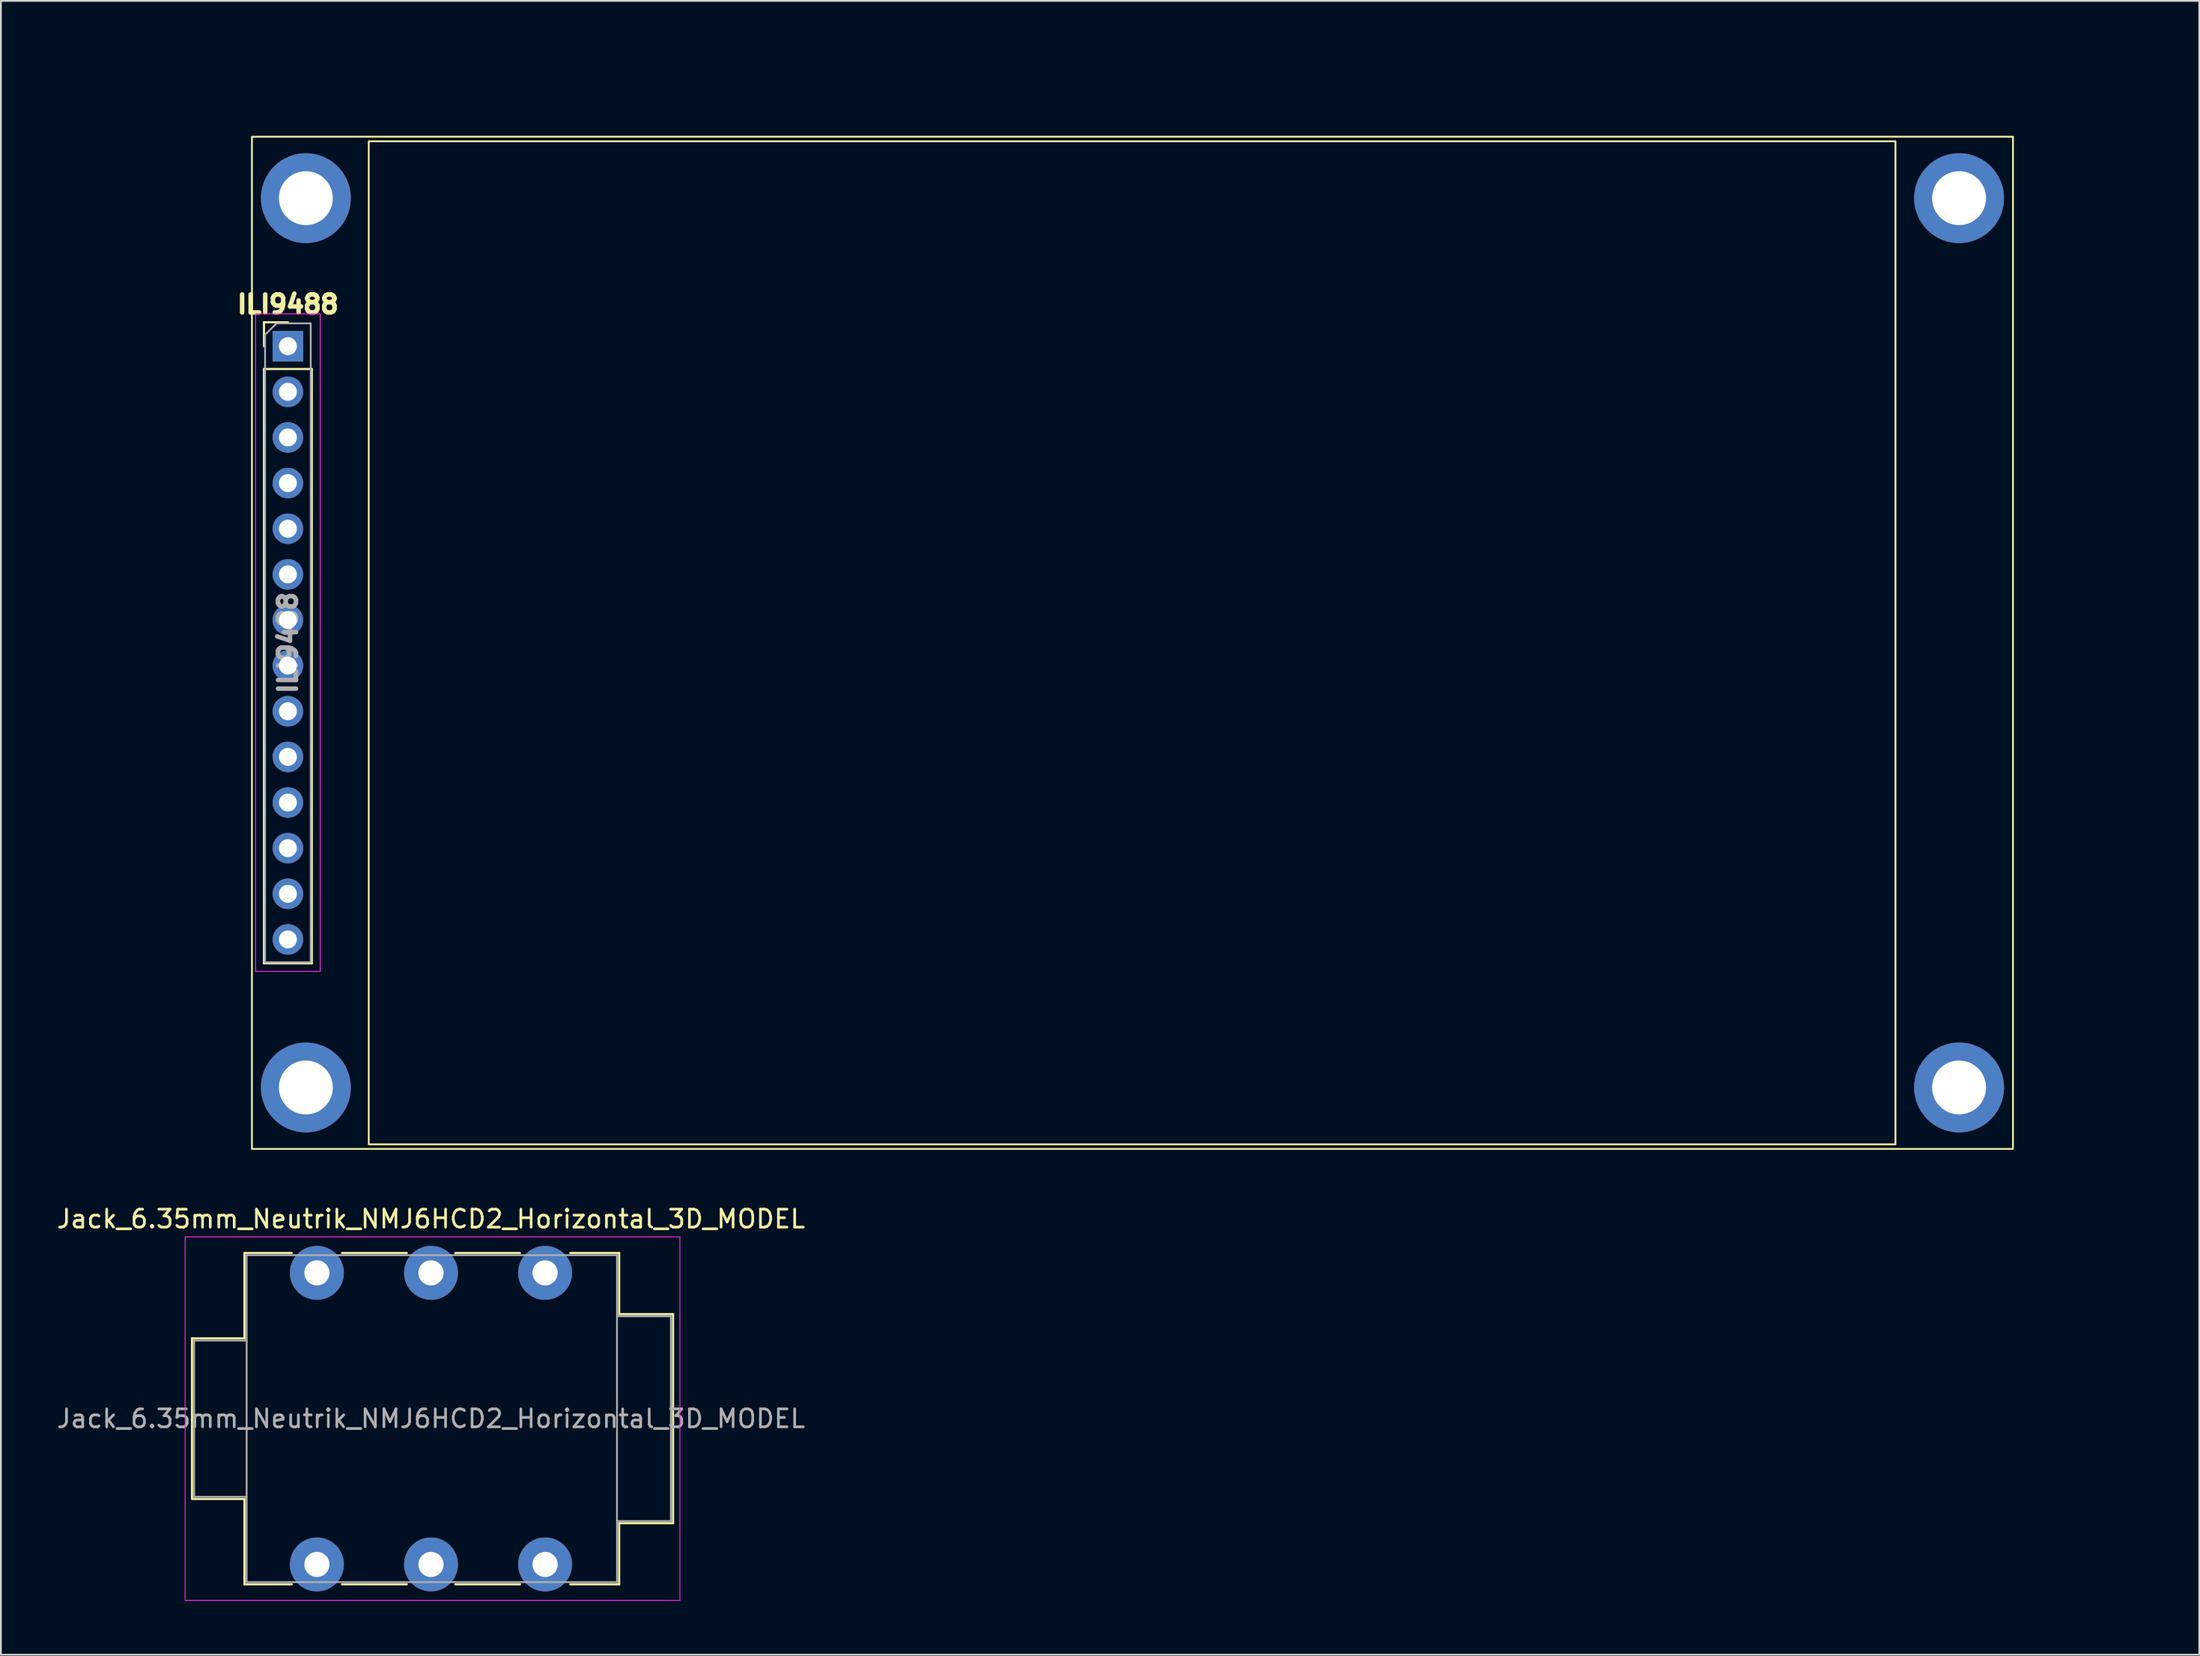
<source format=kicad_pcb>
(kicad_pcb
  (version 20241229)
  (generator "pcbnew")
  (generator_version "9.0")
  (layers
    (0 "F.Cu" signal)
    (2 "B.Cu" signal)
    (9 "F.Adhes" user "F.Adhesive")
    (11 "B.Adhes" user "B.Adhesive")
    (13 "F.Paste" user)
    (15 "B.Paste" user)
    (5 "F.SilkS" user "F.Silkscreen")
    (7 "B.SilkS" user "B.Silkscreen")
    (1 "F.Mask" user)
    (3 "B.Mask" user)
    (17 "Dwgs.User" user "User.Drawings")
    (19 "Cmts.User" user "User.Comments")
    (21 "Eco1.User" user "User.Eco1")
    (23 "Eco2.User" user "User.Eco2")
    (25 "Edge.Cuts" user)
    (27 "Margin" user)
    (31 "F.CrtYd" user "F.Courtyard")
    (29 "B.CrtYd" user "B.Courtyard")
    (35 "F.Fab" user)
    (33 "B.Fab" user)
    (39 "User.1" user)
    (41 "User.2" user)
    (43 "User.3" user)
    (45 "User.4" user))
  (footprint "Jack_6.35mm_Neutrik_NMJ6HCD2_Horizontal_3D_MODEL"
    (layer "F.Cu")
    (at 14.585 67.799)
    (property "Reference" "Jack_6.35mm_Neutrik_NMJ6HCD2_Horizontal_3D_MODEL" (at 6.35 -3 0) (layer "F.SilkS") (effects (font (size 1 1) (thickness 0.15))))
    (attr through_hole)
    (fp_line (start -6.95 3.645) (end -4.03 3.645) (stroke (width 0.12) (type solid)) (layer "F.SilkS"))
    (fp_line (start -6.95 12.545) (end -6.95 3.645) (stroke (width 0.12) (type solid)) (layer "F.SilkS"))
    (fp_line (start -6.95 12.585) (end -4.03 12.585) (stroke (width 0.12) (type solid)) (layer "F.SilkS"))
    (fp_line (start -4.03 -1.105) (end -1.4 -1.105) (stroke (width 0.12) (type solid)) (layer "F.SilkS"))
    (fp_line (start -4.03 3.645) (end -4.03 -1.105) (stroke (width 0.12) (type solid)) (layer "F.SilkS"))
    (fp_line (start -4.03 17.335) (end -4.03 12.585) (stroke (width 0.12) (type solid)) (layer "F.SilkS"))
    (fp_line (start -1.4 17.335) (end -4.03 17.335) (stroke (width 0.12) (type solid)) (layer "F.SilkS"))
    (fp_line (start 1.4 -1.105) (end 5 -1.105) (stroke (width 0.12) (type solid)) (layer "F.SilkS"))
    (fp_line (start 5 17.335) (end 1.4 17.335) (stroke (width 0.12) (type solid)) (layer "F.SilkS"))
    (fp_line (start 7.7 -1.105) (end 11.3 -1.105) (stroke (width 0.12) (type solid)) (layer "F.SilkS"))
    (fp_line (start 11.3 17.335) (end 7.7 17.335) (stroke (width 0.12) (type solid)) (layer "F.SilkS"))
    (fp_line (start 16.82 -1.105) (end 14.1 -1.105) (stroke (width 0.12) (type solid)) (layer "F.SilkS"))
    (fp_line (start 16.82 2.295) (end 16.82 -1.105) (stroke (width 0.12) (type solid)) (layer "F.SilkS"))
    (fp_line (start 16.82 2.295) (end 19.82 2.295) (stroke (width 0.12) (type solid)) (layer "F.SilkS"))
    (fp_line (start 16.82 13.935) (end 19.82 13.935) (stroke (width 0.12) (type solid)) (layer "F.SilkS"))
    (fp_line (start 16.82 17.335) (end 14.1 17.335) (stroke (width 0.12) (type solid)) (layer "F.SilkS"))
    (fp_line (start 16.82 17.335) (end 16.82 13.935) (stroke (width 0.12) (type solid)) (layer "F.SilkS"))
    (fp_line (start 19.82 13.935) (end 19.82 2.295) (stroke (width 0.12) (type solid)) (layer "F.SilkS"))
    (fp_line (start -7.33 18.23) (end -7.33 -2) (stroke (width 0.05) (type solid)) (layer "F.CrtYd"))
    (fp_line (start -7.33 18.23) (end 20.2 18.23) (stroke (width 0.05) (type solid)) (layer "F.CrtYd"))
    (fp_line (start 20.2 -2) (end -7.33 -2) (stroke (width 0.05) (type solid)) (layer "F.CrtYd"))
    (fp_line (start 20.2 18.23) (end 20.2 -2) (stroke (width 0.05) (type solid)) (layer "F.CrtYd"))
    (fp_line (start -6.83 3.765) (end -3.91 3.765) (stroke (width 0.1) (type solid)) (layer "F.Fab"))
    (fp_line (start -6.83 12.465) (end -6.83 3.765) (stroke (width 0.1) (type solid)) (layer "F.Fab"))
    (fp_line (start -6.83 12.465) (end -3.91 12.465) (stroke (width 0.1) (type solid)) (layer "F.Fab"))
    (fp_line (start -3.91 17.215) (end -3.91 -0.985) (stroke (width 0.1) (type solid)) (layer "F.Fab"))
    (fp_line (start 16.7 -0.985) (end -3.91 -0.985) (stroke (width 0.1) (type solid)) (layer "F.Fab"))
    (fp_line (start 16.7 17.215) (end -3.91 17.215) (stroke (width 0.1) (type solid)) (layer "F.Fab"))
    (fp_line (start 16.7 17.215) (end 16.7 -0.985) (stroke (width 0.1) (type solid)) (layer "F.Fab"))
    (fp_line (start 19.7 2.415) (end 16.7 2.415) (stroke (width 0.1) (type solid)) (layer "F.Fab"))
    (fp_line (start 19.7 13.815) (end 16.7 13.815) (stroke (width 0.1) (type solid)) (layer "F.Fab"))
    (fp_line (start 19.7 13.815) (end 19.7 2.415) (stroke (width 0.1) (type solid)) (layer "F.Fab"))
    (fp_text user "${REFERENCE}" (at 6.35 8.115 0) (layer "F.Fab") (effects (font (size 1 1) (thickness 0.15))))
    (pad "R" thru_hole circle (at 6.35 0) (size 3 3) (drill 1.4) (layers "*.Cu" "*.Mask"))
    (pad "RN" thru_hole circle (at 6.35 16.23) (size 3 3) (drill 1.4) (layers "*.Cu" "*.Mask"))
    (pad "S" thru_hole circle (at 12.7 0) (size 3 3) (drill 1.4) (layers "*.Cu" "*.Mask"))
    (pad "SN" thru_hole circle (at 12.7 16.23) (size 3 3) (drill 1.4) (layers "*.Cu" "*.Mask"))
    (pad "T" thru_hole circle (at 0 0) (size 3 3) (drill 1.4) (layers "*.Cu" "*.Mask"))
    (pad "TN" thru_hole circle (at 0 16.23) (size 3 3) (drill 1.4) (layers "*.Cu" "*.Mask")))
  (footprint "ILI9488"
    (layer "F.Cu")
    (at 10.971 4.56)
    (property "Reference" "ILI9488" (at 2 9.33 0) (layer "F.SilkS") (effects (font (size 1 1) (thickness 0.25))))
    (attr through_hole)
    (fp_line (start 0.67 10.33) (end 2 10.33) (stroke (width 0.12) (type solid)) (layer "F.SilkS"))
    (fp_line (start 0.67 11.66) (end 0.67 10.33) (stroke (width 0.12) (type solid)) (layer "F.SilkS"))
    (fp_line (start 0.67 12.93) (end 0.67 46.01) (stroke (width 0.12) (type solid)) (layer "F.SilkS"))
    (fp_line (start 0.67 12.93) (end 3.33 12.93) (stroke (width 0.12) (type solid)) (layer "F.SilkS"))
    (fp_line (start 0.67 46.01) (end 3.33 46.01) (stroke (width 0.12) (type solid)) (layer "F.SilkS"))
    (fp_line (start 3.33 12.93) (end 3.33 46.01) (stroke (width 0.12) (type solid)) (layer "F.SilkS"))
    (fp_rect (start 0 0) (end 98 56.34) (stroke (width 0.1) (type default)) (fill no) (layer "F.SilkS"))
    (fp_rect (start 6.5 0.254) (end 91.46 56.086) (stroke (width 0.1) (type default)) (fill no) (layer "F.SilkS"))
    (fp_line (start 0.2 9.86) (end 0.2 46.46) (stroke (width 0.05) (type solid)) (layer "F.CrtYd"))
    (fp_line (start 0.2 46.46) (end 3.8 46.46) (stroke (width 0.05) (type solid)) (layer "F.CrtYd"))
    (fp_line (start 3.8 9.86) (end 0.2 9.86) (stroke (width 0.05) (type solid)) (layer "F.CrtYd"))
    (fp_line (start 3.8 46.46) (end 3.8 9.86) (stroke (width 0.05) (type solid)) (layer "F.CrtYd"))
    (fp_line (start 0.73 11.025) (end 1.365 10.39) (stroke (width 0.1) (type solid)) (layer "F.Fab"))
    (fp_line (start 0.73 45.95) (end 0.73 11.025) (stroke (width 0.1) (type solid)) (layer "F.Fab"))
    (fp_line (start 1.365 10.39) (end 3.27 10.39) (stroke (width 0.1) (type solid)) (layer "F.Fab"))
    (fp_line (start 3.27 10.39) (end 3.27 45.95) (stroke (width 0.1) (type solid)) (layer "F.Fab"))
    (fp_line (start 3.27 45.95) (end 0.73 45.95) (stroke (width 0.1) (type solid)) (layer "F.Fab"))
    (fp_text user "${REFERENCE}" (at 2 28.17 90) (layer "F.Fab") (effects (font (size 1 1) (thickness 0.25))))
    (dimension (type aligned) (layer "User.2") (pts (xy 108.971 4.56) (xy 108.971 60.9)) (height -3.61) (format (prefix "") (suffix "") (units 3) (units_format 1) (precision 4)) (style (thickness 0.1) (arrow_length 1.27) (text_position_mode 0) (arrow_direction outward) (extension_height 0.586) (extension_offset 0.5) (keep_text_aligned yes)) (gr_text "56.3400 mm" (at 111.481 32.73 90) (layer "User.2") (effects (font (size 1 1) (thickness 0.1)))))
    (dimension (type aligned) (layer "User.2") (pts (xy 10.971 7.98) (xy 10.971 16.22)) (height 4.38) (format (prefix "") (suffix "") (units 3) (units_format 1) (precision 2)) (style (thickness 0.1) (arrow_length 1.27) (text_position_mode 0) (arrow_direction outward) (extension_height 0.586) (extension_offset 0.5) (keep_text_aligned yes)) (gr_text "8.24 mm" (at 5.491 12.1 90) (layer "User.2") (effects (font (size 1 1) (thickness 0.1)))))
    (dimension (type aligned) (layer "User.2") (pts (xy 108.971 4.56) (xy 10.971 4.56)) (height 2.7) (format (prefix "") (suffix "") (units 3) (units_format 1) (precision 4)) (style (thickness 0.1) (arrow_length 1.27) (text_position_mode 0) (arrow_direction outward) (extension_height 0.586) (extension_offset 0.5) (keep_text_aligned yes)) (gr_text "98.0000 mm" (at 59.971 0.76 0) (layer "User.2") (effects (font (size 1 1) (thickness 0.1)))))
    (dimension (type aligned) (layer "User.2") (pts (xy 10.951 4.54) (xy 10.951 7.96)) (height 6.42) (format (prefix "") (suffix "") (units 3) (units_format 1) (precision 2)) (style (thickness 0.1) (arrow_length 1.27) (text_position_mode 0) (arrow_direction outward) (extension_height 0.586) (extension_offset 0.5) (keep_text_aligned yes)) (gr_text "3.42 mm" (at 3.431 6.25 90) (layer "User.2") (effects (font (size 1 1) (thickness 0.1)))))
    (pad "" np_thru_hole circle (at 3 3.42) (size 5 5) (drill 3) (layers "*.Cu" "*.Mask"))
    (pad "" np_thru_hole circle (at 3 52.92) (size 5 5) (drill 3) (layers "*.Cu" "*.Mask"))
    (pad "" np_thru_hole circle (at 95 3.42) (size 5 5) (drill 3) (layers "*.Cu" "*.Mask"))
    (pad "" np_thru_hole circle (at 95 52.92) (size 5 5) (drill 3) (layers "*.Cu" "*.Mask"))
    (pad "1" thru_hole rect (at 2 11.66) (size 1.7 1.7) (drill 1) (layers "*.Cu" "*.Mask"))
    (pad "2" thru_hole oval (at 2 14.2) (size 1.7 1.7) (drill 1) (layers "*.Cu" "*.Mask"))
    (pad "3" thru_hole oval (at 2 16.74) (size 1.7 1.7) (drill 1) (layers "*.Cu" "*.Mask"))
    (pad "4" thru_hole oval (at 2 19.28) (size 1.7 1.7) (drill 1) (layers "*.Cu" "*.Mask"))
    (pad "5" thru_hole oval (at 2 21.82) (size 1.7 1.7) (drill 1) (layers "*.Cu" "*.Mask"))
    (pad "6" thru_hole oval (at 2 24.36) (size 1.7 1.7) (drill 1) (layers "*.Cu" "*.Mask"))
    (pad "7" thru_hole oval (at 2 26.9) (size 1.7 1.7) (drill 1) (layers "*.Cu" "*.Mask"))
    (pad "8" thru_hole oval (at 2 29.44) (size 1.7 1.7) (drill 1) (layers "*.Cu" "*.Mask"))
    (pad "9" thru_hole oval (at 2 31.98) (size 1.7 1.7) (drill 1) (layers "*.Cu" "*.Mask"))
    (pad "10" thru_hole oval (at 2 34.52) (size 1.7 1.7) (drill 1) (layers "*.Cu" "*.Mask"))
    (pad "11" thru_hole oval (at 2 37.06) (size 1.7 1.7) (drill 1) (layers "*.Cu" "*.Mask"))
    (pad "12" thru_hole oval (at 2 39.6) (size 1.7 1.7) (drill 1) (layers "*.Cu" "*.Mask"))
    (pad "13" thru_hole oval (at 2 42.14) (size 1.7 1.7) (drill 1) (layers "*.Cu" "*.Mask"))
    (pad "14" thru_hole oval (at 2 44.68) (size 1.7 1.7) (drill 1) (layers "*.Cu" "*.Mask")))
  (gr_rect
    (start -3 -3)
    (end 119.34 89.054)
    (stroke (width 0.1) (type default))
    (fill no)
    (layer "Edge.Cuts")))
</source>
